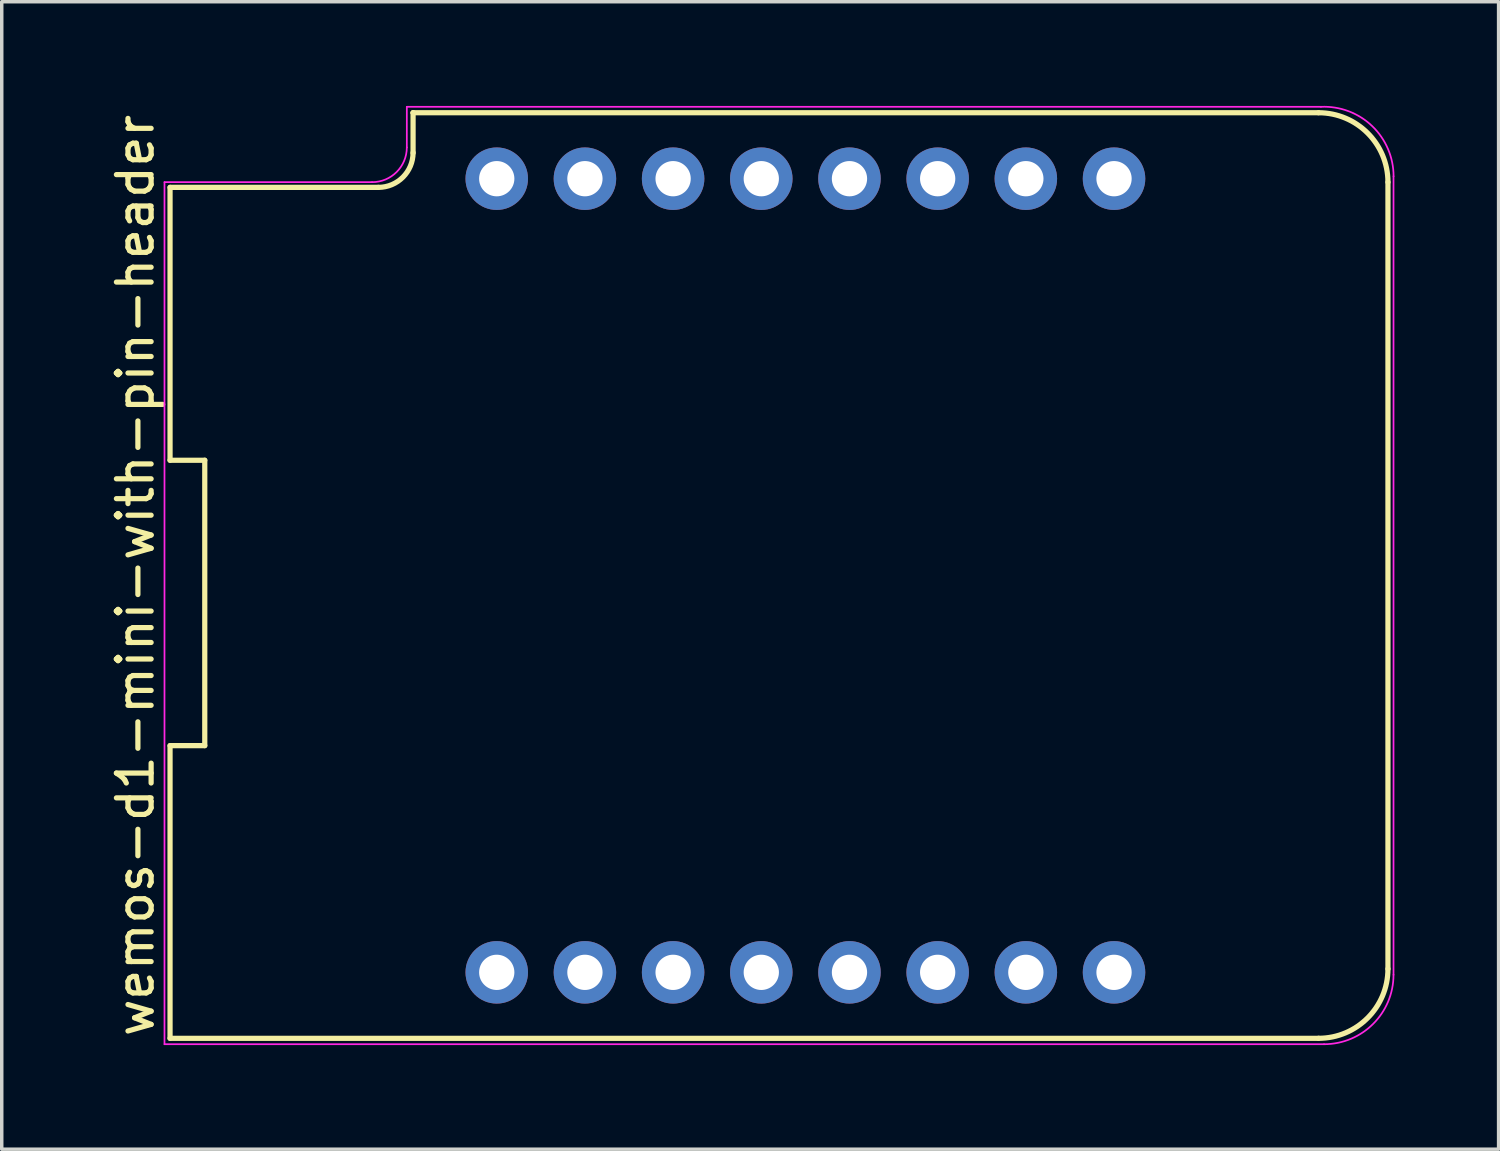
<source format=kicad_pcb>
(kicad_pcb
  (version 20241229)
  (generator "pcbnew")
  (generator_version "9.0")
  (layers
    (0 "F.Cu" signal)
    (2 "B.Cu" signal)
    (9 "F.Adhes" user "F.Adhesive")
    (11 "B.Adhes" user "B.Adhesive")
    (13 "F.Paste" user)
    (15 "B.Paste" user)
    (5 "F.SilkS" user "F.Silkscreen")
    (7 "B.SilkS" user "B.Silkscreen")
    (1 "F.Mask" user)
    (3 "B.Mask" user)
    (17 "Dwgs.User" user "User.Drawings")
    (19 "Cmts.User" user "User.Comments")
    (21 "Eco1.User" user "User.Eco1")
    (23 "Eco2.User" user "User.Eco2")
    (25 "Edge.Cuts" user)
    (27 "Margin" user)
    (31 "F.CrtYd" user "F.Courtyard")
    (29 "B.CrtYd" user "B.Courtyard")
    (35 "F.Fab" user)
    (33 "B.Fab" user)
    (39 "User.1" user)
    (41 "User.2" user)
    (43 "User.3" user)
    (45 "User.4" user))
  (footprint "wemos-d1-mini-with-pin-header"
    (layer "F.Cu")
    (at 20.148 13.527)
    (property "Reference" "wemos-d1-mini-with-pin-header" (at -19.3 0 90) (layer "F.SilkS") (effects (font (size 1 1) (thickness 0.15))))
    (attr through_hole)
    (fp_line (start -18.3 -11.18) (end -18.3 -3.32) (stroke (width 0.15) (type solid)) (layer "F.SilkS"))
    (fp_line (start -18.3 -11.18) (end -12.3 -11.18) (stroke (width 0.15) (type solid)) (layer "F.SilkS"))
    (fp_line (start -18.3 -3.32) (end -17.3 -3.32) (stroke (width 0.15) (type solid)) (layer "F.SilkS"))
    (fp_line (start -18.3 4.9) (end -18.3 13.33) (stroke (width 0.15) (type solid)) (layer "F.SilkS"))
    (fp_line (start -18.3 13.33) (end 14.78 13.33) (stroke (width 0.15) (type solid)) (layer "F.SilkS"))
    (fp_line (start -17.3 -3.32) (end -17.3 4.9) (stroke (width 0.15) (type solid)) (layer "F.SilkS"))
    (fp_line (start -17.3 4.9) (end -18.3 4.9) (stroke (width 0.15) (type solid)) (layer "F.SilkS"))
    (fp_line (start -11.3 -13.33) (end -11.3 -13.33) (stroke (width 0.15) (type solid)) (layer "F.SilkS"))
    (fp_line (start -11.3 -12.17) (end -11.3 -13.33) (stroke (width 0.15) (type solid)) (layer "F.SilkS"))
    (fp_line (start 14.78 -13.33) (end -11.3 -13.33) (stroke (width 0.15) (type solid)) (layer "F.SilkS"))
    (fp_line (start 16.78 11.33) (end 16.78 -11.33) (stroke (width 0.15) (type solid)) (layer "F.SilkS"))
    (fp_arc (start -11.3 -12.18) (mid -11.592893 -11.472893) (end -12.3 -11.18) (stroke (width 0.15) (type solid)) (layer "F.SilkS"))
    (fp_arc (start 14.78 -13.33) (mid 16.194214 -12.744214) (end 16.78 -11.33) (stroke (width 0.15) (type solid)) (layer "F.SilkS"))
    (fp_arc (start 16.78 11.33) (mid 16.194214 12.744214) (end 14.78 13.33) (stroke (width 0.15) (type solid)) (layer "F.SilkS"))
    (fp_line (start -18.46 -11.33) (end -12.48 -11.33) (stroke (width 0.05) (type solid)) (layer "F.CrtYd"))
    (fp_line (start -18.46 13.5) (end -18.46 -11.33) (stroke (width 0.05) (type solid)) (layer "F.CrtYd"))
    (fp_line (start -11.48 -13.5) (end -11.48 -12.33) (stroke (width 0.05) (type solid)) (layer "F.CrtYd"))
    (fp_line (start -11.48 -13.5) (end 14.85 -13.5) (stroke (width 0.05) (type solid)) (layer "F.CrtYd"))
    (fp_line (start 14.94 13.5) (end -18.46 13.5) (stroke (width 0.05) (type solid)) (layer "F.CrtYd"))
    (fp_line (start 16.94 -11.5) (end 16.94 11.5) (stroke (width 0.05) (type solid)) (layer "F.CrtYd"))
    (fp_arc (start -11.48 -12.33) (mid -11.772893 -11.622893) (end -12.48 -11.33) (stroke (width 0.05) (type solid)) (layer "F.CrtYd"))
    (fp_arc (start 14.85 -13.5) (mid 16.323459 -12.947115) (end 16.942024 -11.5) (stroke (width 0.05) (type solid)) (layer "F.CrtYd"))
    (fp_arc (start 16.94 11.5) (mid 16.354214 12.914214) (end 14.94 13.5) (stroke (width 0.05) (type solid)) (layer "F.CrtYd"))
    (pad "1" thru_hole circle (at -8.89 11.43) (size 1.8 1.8) (drill 1.016) (layers "*.Cu" "*.Mask"))
    (pad "2" thru_hole circle (at -6.35 11.43) (size 1.8 1.8) (drill 1.016) (layers "*.Cu" "*.Mask"))
    (pad "3" thru_hole circle (at -3.81 11.43) (size 1.8 1.8) (drill 1.016) (layers "*.Cu" "*.Mask"))
    (pad "4" thru_hole circle (at -1.27 11.43) (size 1.8 1.8) (drill 1.016) (layers "*.Cu" "*.Mask"))
    (pad "5" thru_hole circle (at 1.27 11.43) (size 1.8 1.8) (drill 1.016) (layers "*.Cu" "*.Mask"))
    (pad "6" thru_hole circle (at 3.81 11.43) (size 1.8 1.8) (drill 1.016) (layers "*.Cu" "*.Mask"))
    (pad "7" thru_hole circle (at 6.35 11.43) (size 1.8 1.8) (drill 1.016) (layers "*.Cu" "*.Mask"))
    (pad "8" thru_hole circle (at 8.89 11.43) (size 1.8 1.8) (drill 1.016) (layers "*.Cu" "*.Mask"))
    (pad "9" thru_hole circle (at 8.89 -11.43) (size 1.8 1.8) (drill 1.016) (layers "*.Cu" "*.Mask"))
    (pad "10" thru_hole circle (at 6.35 -11.43) (size 1.8 1.8) (drill 1.016) (layers "*.Cu" "*.Mask"))
    (pad "11" thru_hole circle (at 3.81 -11.43) (size 1.8 1.8) (drill 1.016) (layers "*.Cu" "*.Mask"))
    (pad "12" thru_hole circle (at 1.27 -11.43) (size 1.8 1.8) (drill 1.016) (layers "*.Cu" "*.Mask"))
    (pad "13" thru_hole circle (at -1.27 -11.43) (size 1.8 1.8) (drill 1.016) (layers "*.Cu" "*.Mask"))
    (pad "14" thru_hole circle (at -3.81 -11.43) (size 1.8 1.8) (drill 1.016) (layers "*.Cu" "*.Mask"))
    (pad "15" thru_hole circle (at -6.35 -11.43) (size 1.8 1.8) (drill 1.016) (layers "*.Cu" "*.Mask"))
    (pad "16" thru_hole circle (at -8.89 -11.43) (size 1.8 1.8) (drill 1.016) (layers "*.Cu" "*.Mask")))
  (gr_rect
    (start -3 -3)
    (end 40.115 30.052)
    (stroke (width 0.1) (type default))
    (fill no)
    (layer "Edge.Cuts")))
</source>
